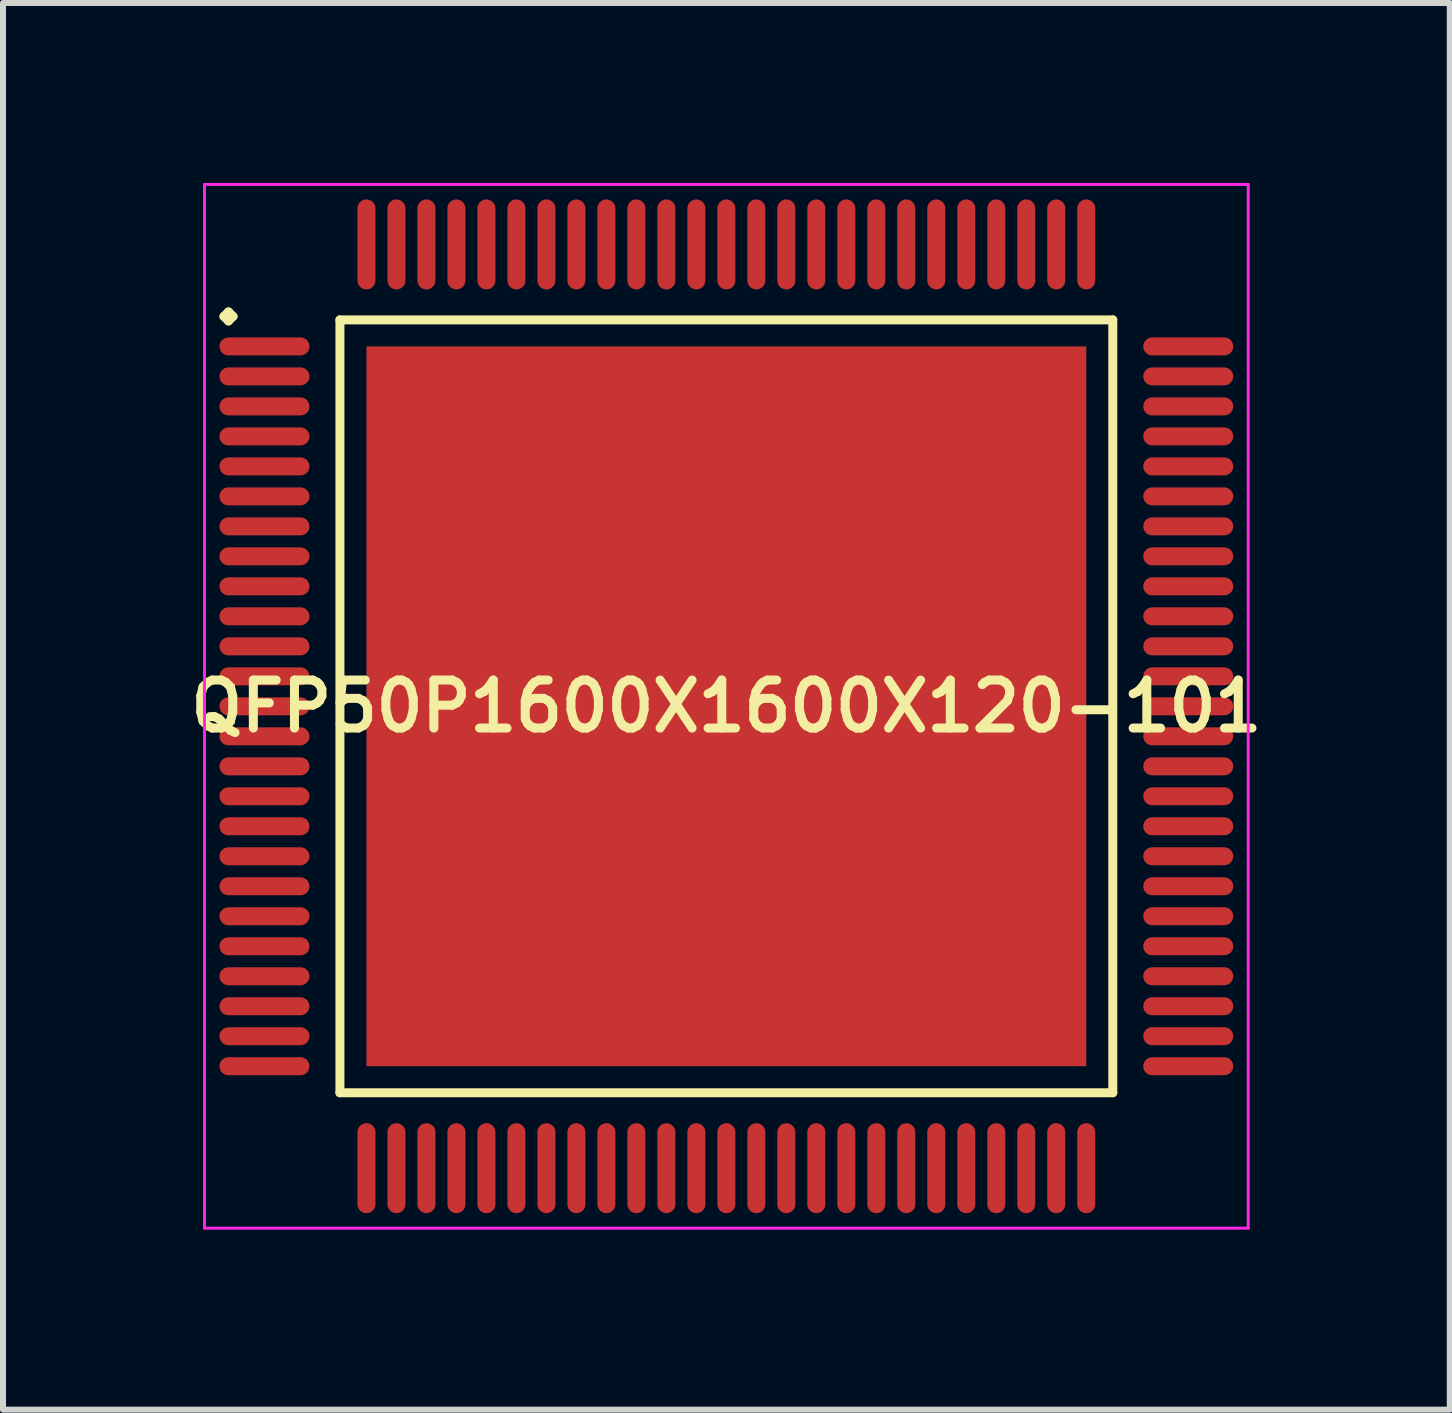
<source format=kicad_pcb>
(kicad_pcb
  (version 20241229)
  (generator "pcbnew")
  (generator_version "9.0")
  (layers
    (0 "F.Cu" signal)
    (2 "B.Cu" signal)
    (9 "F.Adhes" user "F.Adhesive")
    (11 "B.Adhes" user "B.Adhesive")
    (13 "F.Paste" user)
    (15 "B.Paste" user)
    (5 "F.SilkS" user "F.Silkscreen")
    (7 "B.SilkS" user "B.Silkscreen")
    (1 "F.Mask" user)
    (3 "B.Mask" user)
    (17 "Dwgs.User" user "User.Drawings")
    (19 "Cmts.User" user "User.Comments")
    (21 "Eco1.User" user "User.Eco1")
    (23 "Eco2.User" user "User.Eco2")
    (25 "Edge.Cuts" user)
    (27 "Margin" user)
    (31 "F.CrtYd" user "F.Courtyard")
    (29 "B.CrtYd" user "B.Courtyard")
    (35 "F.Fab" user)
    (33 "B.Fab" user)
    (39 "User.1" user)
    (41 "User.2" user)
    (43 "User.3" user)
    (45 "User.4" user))
  (footprint "QFP50P1600X1600X120-101"
    (layer "F.Cu")
    (at 9.059 8.725)
    (property "Reference" "QFP50P1600X1600X120-101" (at 0 0 0) (layer "F.SilkS") (effects (font (size 0.8 0.8) (thickness 0.15))))
    (attr smd)
    (fp_line (start -8.375 -6.5) (end -8.3 -6.575) (stroke (width 0.15) (type solid)) (layer "F.SilkS"))
    (fp_line (start -8.3 -6.575) (end -8.225 -6.5) (stroke (width 0.15) (type solid)) (layer "F.SilkS"))
    (fp_line (start -8.3 -6.425) (end -8.375 -6.5) (stroke (width 0.15) (type solid)) (layer "F.SilkS"))
    (fp_line (start -8.225 -6.5) (end -8.3 -6.425) (stroke (width 0.15) (type solid)) (layer "F.SilkS"))
    (fp_line (start -6.442 -6.442) (end -6.442 6.442) (stroke (width 0.15) (type solid)) (layer "F.SilkS"))
    (fp_line (start -6.442 6.442) (end 6.442 6.442) (stroke (width 0.15) (type solid)) (layer "F.SilkS"))
    (fp_line (start 6.442 -6.442) (end -6.442 -6.442) (stroke (width 0.15) (type solid)) (layer "F.SilkS"))
    (fp_line (start 6.442 6.442) (end 6.442 -6.442) (stroke (width 0.15) (type solid)) (layer "F.SilkS"))
    (fp_line (start -8.7 -8.7) (end 8.7 -8.7) (stroke (width 0.05) (type solid)) (layer "F.CrtYd"))
    (fp_line (start -8.7 8.7) (end -8.7 -8.7) (stroke (width 0.05) (type solid)) (layer "F.CrtYd"))
    (fp_line (start 8.7 -8.7) (end 8.7 8.7) (stroke (width 0.05) (type solid)) (layer "F.CrtYd"))
    (fp_line (start 8.7 8.7) (end -8.7 8.7) (stroke (width 0.05) (type solid)) (layer "F.CrtYd"))
    (pad "1" smd oval (at -7.7 -6) (size 1.5 0.3) (layers "F.Cu" "F.Mask" "F.Paste"))
    (pad "2" smd oval (at -7.7 -5.5) (size 1.5 0.3) (layers "F.Cu" "F.Mask" "F.Paste"))
    (pad "3" smd oval (at -7.7 -5) (size 1.5 0.3) (layers "F.Cu" "F.Mask" "F.Paste"))
    (pad "4" smd oval (at -7.7 -4.5) (size 1.5 0.3) (layers "F.Cu" "F.Mask" "F.Paste"))
    (pad "5" smd oval (at -7.7 -4) (size 1.5 0.3) (layers "F.Cu" "F.Mask" "F.Paste"))
    (pad "6" smd oval (at -7.7 -3.5) (size 1.5 0.3) (layers "F.Cu" "F.Mask" "F.Paste"))
    (pad "7" smd oval (at -7.7 -3) (size 1.5 0.3) (layers "F.Cu" "F.Mask" "F.Paste"))
    (pad "8" smd oval (at -7.7 -2.5) (size 1.5 0.3) (layers "F.Cu" "F.Mask" "F.Paste"))
    (pad "9" smd oval (at -7.7 -2) (size 1.5 0.3) (layers "F.Cu" "F.Mask" "F.Paste"))
    (pad "10" smd oval (at -7.7 -1.5) (size 1.5 0.3) (layers "F.Cu" "F.Mask" "F.Paste"))
    (pad "11" smd oval (at -7.7 -1) (size 1.5 0.3) (layers "F.Cu" "F.Mask" "F.Paste"))
    (pad "12" smd oval (at -7.7 -0.5) (size 1.5 0.3) (layers "F.Cu" "F.Mask" "F.Paste"))
    (pad "13" smd oval (at -7.7 0) (size 1.5 0.3) (layers "F.Cu" "F.Mask" "F.Paste"))
    (pad "14" smd oval (at -7.7 0.5) (size 1.5 0.3) (layers "F.Cu" "F.Mask" "F.Paste"))
    (pad "15" smd oval (at -7.7 1) (size 1.5 0.3) (layers "F.Cu" "F.Mask" "F.Paste"))
    (pad "16" smd oval (at -7.7 1.5) (size 1.5 0.3) (layers "F.Cu" "F.Mask" "F.Paste"))
    (pad "17" smd oval (at -7.7 2) (size 1.5 0.3) (layers "F.Cu" "F.Mask" "F.Paste"))
    (pad "18" smd oval (at -7.7 2.5) (size 1.5 0.3) (layers "F.Cu" "F.Mask" "F.Paste"))
    (pad "19" smd oval (at -7.7 3) (size 1.5 0.3) (layers "F.Cu" "F.Mask" "F.Paste"))
    (pad "20" smd oval (at -7.7 3.5) (size 1.5 0.3) (layers "F.Cu" "F.Mask" "F.Paste"))
    (pad "21" smd oval (at -7.7 4) (size 1.5 0.3) (layers "F.Cu" "F.Mask" "F.Paste"))
    (pad "22" smd oval (at -7.7 4.5) (size 1.5 0.3) (layers "F.Cu" "F.Mask" "F.Paste"))
    (pad "23" smd oval (at -7.7 5) (size 1.5 0.3) (layers "F.Cu" "F.Mask" "F.Paste"))
    (pad "24" smd oval (at -7.7 5.5) (size 1.5 0.3) (layers "F.Cu" "F.Mask" "F.Paste"))
    (pad "25" smd oval (at -7.7 6) (size 1.5 0.3) (layers "F.Cu" "F.Mask" "F.Paste"))
    (pad "26" smd oval (at -6 7.7) (size 0.3 1.5) (layers "F.Cu" "F.Mask" "F.Paste"))
    (pad "27" smd oval (at -5.5 7.7) (size 0.3 1.5) (layers "F.Cu" "F.Mask" "F.Paste"))
    (pad "28" smd oval (at -5 7.7) (size 0.3 1.5) (layers "F.Cu" "F.Mask" "F.Paste"))
    (pad "29" smd oval (at -4.5 7.7) (size 0.3 1.5) (layers "F.Cu" "F.Mask" "F.Paste"))
    (pad "30" smd oval (at -4 7.7) (size 0.3 1.5) (layers "F.Cu" "F.Mask" "F.Paste"))
    (pad "31" smd oval (at -3.5 7.7) (size 0.3 1.5) (layers "F.Cu" "F.Mask" "F.Paste"))
    (pad "32" smd oval (at -3 7.7) (size 0.3 1.5) (layers "F.Cu" "F.Mask" "F.Paste"))
    (pad "33" smd oval (at -2.5 7.7) (size 0.3 1.5) (layers "F.Cu" "F.Mask" "F.Paste"))
    (pad "34" smd oval (at -2 7.7) (size 0.3 1.5) (layers "F.Cu" "F.Mask" "F.Paste"))
    (pad "35" smd oval (at -1.5 7.7) (size 0.3 1.5) (layers "F.Cu" "F.Mask" "F.Paste"))
    (pad "36" smd oval (at -1 7.7) (size 0.3 1.5) (layers "F.Cu" "F.Mask" "F.Paste"))
    (pad "37" smd oval (at -0.5 7.7) (size 0.3 1.5) (layers "F.Cu" "F.Mask" "F.Paste"))
    (pad "38" smd oval (at 0 7.7) (size 0.3 1.5) (layers "F.Cu" "F.Mask" "F.Paste"))
    (pad "39" smd oval (at 0.5 7.7) (size 0.3 1.5) (layers "F.Cu" "F.Mask" "F.Paste"))
    (pad "40" smd oval (at 1 7.7) (size 0.3 1.5) (layers "F.Cu" "F.Mask" "F.Paste"))
    (pad "41" smd oval (at 1.5 7.7) (size 0.3 1.5) (layers "F.Cu" "F.Mask" "F.Paste"))
    (pad "42" smd oval (at 2 7.7) (size 0.3 1.5) (layers "F.Cu" "F.Mask" "F.Paste"))
    (pad "43" smd oval (at 2.5 7.7) (size 0.3 1.5) (layers "F.Cu" "F.Mask" "F.Paste"))
    (pad "44" smd oval (at 3 7.7) (size 0.3 1.5) (layers "F.Cu" "F.Mask" "F.Paste"))
    (pad "45" smd oval (at 3.5 7.7) (size 0.3 1.5) (layers "F.Cu" "F.Mask" "F.Paste"))
    (pad "46" smd oval (at 4 7.7) (size 0.3 1.5) (layers "F.Cu" "F.Mask" "F.Paste"))
    (pad "47" smd oval (at 4.5 7.7) (size 0.3 1.5) (layers "F.Cu" "F.Mask" "F.Paste"))
    (pad "48" smd oval (at 5 7.7) (size 0.3 1.5) (layers "F.Cu" "F.Mask" "F.Paste"))
    (pad "49" smd oval (at 5.5 7.7) (size 0.3 1.5) (layers "F.Cu" "F.Mask" "F.Paste"))
    (pad "50" smd oval (at 6 7.7) (size 0.3 1.5) (layers "F.Cu" "F.Mask" "F.Paste"))
    (pad "51" smd oval (at 7.7 6) (size 1.5 0.3) (layers "F.Cu" "F.Mask" "F.Paste"))
    (pad "52" smd oval (at 7.7 5.5) (size 1.5 0.3) (layers "F.Cu" "F.Mask" "F.Paste"))
    (pad "53" smd oval (at 7.7 5) (size 1.5 0.3) (layers "F.Cu" "F.Mask" "F.Paste"))
    (pad "54" smd oval (at 7.7 4.5) (size 1.5 0.3) (layers "F.Cu" "F.Mask" "F.Paste"))
    (pad "55" smd oval (at 7.7 4) (size 1.5 0.3) (layers "F.Cu" "F.Mask" "F.Paste"))
    (pad "56" smd oval (at 7.7 3.5) (size 1.5 0.3) (layers "F.Cu" "F.Mask" "F.Paste"))
    (pad "57" smd oval (at 7.7 3) (size 1.5 0.3) (layers "F.Cu" "F.Mask" "F.Paste"))
    (pad "58" smd oval (at 7.7 2.5) (size 1.5 0.3) (layers "F.Cu" "F.Mask" "F.Paste"))
    (pad "59" smd oval (at 7.7 2) (size 1.5 0.3) (layers "F.Cu" "F.Mask" "F.Paste"))
    (pad "60" smd oval (at 7.7 1.5) (size 1.5 0.3) (layers "F.Cu" "F.Mask" "F.Paste"))
    (pad "61" smd oval (at 7.7 1) (size 1.5 0.3) (layers "F.Cu" "F.Mask" "F.Paste"))
    (pad "62" smd oval (at 7.7 0.5) (size 1.5 0.3) (layers "F.Cu" "F.Mask" "F.Paste"))
    (pad "63" smd oval (at 7.7 0) (size 1.5 0.3) (layers "F.Cu" "F.Mask" "F.Paste"))
    (pad "64" smd oval (at 7.7 -0.5) (size 1.5 0.3) (layers "F.Cu" "F.Mask" "F.Paste"))
    (pad "65" smd oval (at 7.7 -1) (size 1.5 0.3) (layers "F.Cu" "F.Mask" "F.Paste"))
    (pad "66" smd oval (at 7.7 -1.5) (size 1.5 0.3) (layers "F.Cu" "F.Mask" "F.Paste"))
    (pad "67" smd oval (at 7.7 -2) (size 1.5 0.3) (layers "F.Cu" "F.Mask" "F.Paste"))
    (pad "68" smd oval (at 7.7 -2.5) (size 1.5 0.3) (layers "F.Cu" "F.Mask" "F.Paste"))
    (pad "69" smd oval (at 7.7 -3) (size 1.5 0.3) (layers "F.Cu" "F.Mask" "F.Paste"))
    (pad "70" smd oval (at 7.7 -3.5) (size 1.5 0.3) (layers "F.Cu" "F.Mask" "F.Paste"))
    (pad "71" smd oval (at 7.7 -4) (size 1.5 0.3) (layers "F.Cu" "F.Mask" "F.Paste"))
    (pad "72" smd oval (at 7.7 -4.5) (size 1.5 0.3) (layers "F.Cu" "F.Mask" "F.Paste"))
    (pad "73" smd oval (at 7.7 -5) (size 1.5 0.3) (layers "F.Cu" "F.Mask" "F.Paste"))
    (pad "74" smd oval (at 7.7 -5.5) (size 1.5 0.3) (layers "F.Cu" "F.Mask" "F.Paste"))
    (pad "75" smd oval (at 7.7 -6) (size 1.5 0.3) (layers "F.Cu" "F.Mask" "F.Paste"))
    (pad "76" smd oval (at 6 -7.7) (size 0.3 1.5) (layers "F.Cu" "F.Mask" "F.Paste"))
    (pad "77" smd oval (at 5.5 -7.7) (size 0.3 1.5) (layers "F.Cu" "F.Mask" "F.Paste"))
    (pad "78" smd oval (at 5 -7.7) (size 0.3 1.5) (layers "F.Cu" "F.Mask" "F.Paste"))
    (pad "79" smd oval (at 4.5 -7.7) (size 0.3 1.5) (layers "F.Cu" "F.Mask" "F.Paste"))
    (pad "80" smd oval (at 4 -7.7) (size 0.3 1.5) (layers "F.Cu" "F.Mask" "F.Paste"))
    (pad "81" smd oval (at 3.5 -7.7) (size 0.3 1.5) (layers "F.Cu" "F.Mask" "F.Paste"))
    (pad "82" smd oval (at 3 -7.7) (size 0.3 1.5) (layers "F.Cu" "F.Mask" "F.Paste"))
    (pad "83" smd oval (at 2.5 -7.7) (size 0.3 1.5) (layers "F.Cu" "F.Mask" "F.Paste"))
    (pad "84" smd oval (at 2 -7.7) (size 0.3 1.5) (layers "F.Cu" "F.Mask" "F.Paste"))
    (pad "85" smd oval (at 1.5 -7.7) (size 0.3 1.5) (layers "F.Cu" "F.Mask" "F.Paste"))
    (pad "86" smd oval (at 1 -7.7) (size 0.3 1.5) (layers "F.Cu" "F.Mask" "F.Paste"))
    (pad "87" smd oval (at 0.5 -7.7) (size 0.3 1.5) (layers "F.Cu" "F.Mask" "F.Paste"))
    (pad "88" smd oval (at 0 -7.7) (size 0.3 1.5) (layers "F.Cu" "F.Mask" "F.Paste"))
    (pad "89" smd oval (at -0.5 -7.7) (size 0.3 1.5) (layers "F.Cu" "F.Mask" "F.Paste"))
    (pad "90" smd oval (at -1 -7.7) (size 0.3 1.5) (layers "F.Cu" "F.Mask" "F.Paste"))
    (pad "91" smd oval (at -1.5 -7.7) (size 0.3 1.5) (layers "F.Cu" "F.Mask" "F.Paste"))
    (pad "92" smd oval (at -2 -7.7) (size 0.3 1.5) (layers "F.Cu" "F.Mask" "F.Paste"))
    (pad "93" smd oval (at -2.5 -7.7) (size 0.3 1.5) (layers "F.Cu" "F.Mask" "F.Paste"))
    (pad "94" smd oval (at -3 -7.7) (size 0.3 1.5) (layers "F.Cu" "F.Mask" "F.Paste"))
    (pad "95" smd oval (at -3.5 -7.7) (size 0.3 1.5) (layers "F.Cu" "F.Mask" "F.Paste"))
    (pad "96" smd oval (at -4 -7.7) (size 0.3 1.5) (layers "F.Cu" "F.Mask" "F.Paste"))
    (pad "97" smd oval (at -4.5 -7.7) (size 0.3 1.5) (layers "F.Cu" "F.Mask" "F.Paste"))
    (pad "98" smd oval (at -5 -7.7) (size 0.3 1.5) (layers "F.Cu" "F.Mask" "F.Paste"))
    (pad "99" smd oval (at -5.5 -7.7) (size 0.3 1.5) (layers "F.Cu" "F.Mask" "F.Paste"))
    (pad "100" smd oval (at -6 -7.7) (size 0.3 1.5) (layers "F.Cu" "F.Mask" "F.Paste"))
    (pad "101" smd rect (at 0 0) (size 12 12) (layers "F.Cu" "F.Mask" "F.Paste")))
  (gr_rect
    (start -3 -3)
    (end 21.119 20.45)
    (stroke (width 0.1) (type default))
    (fill no)
    (layer "Edge.Cuts")))
</source>
